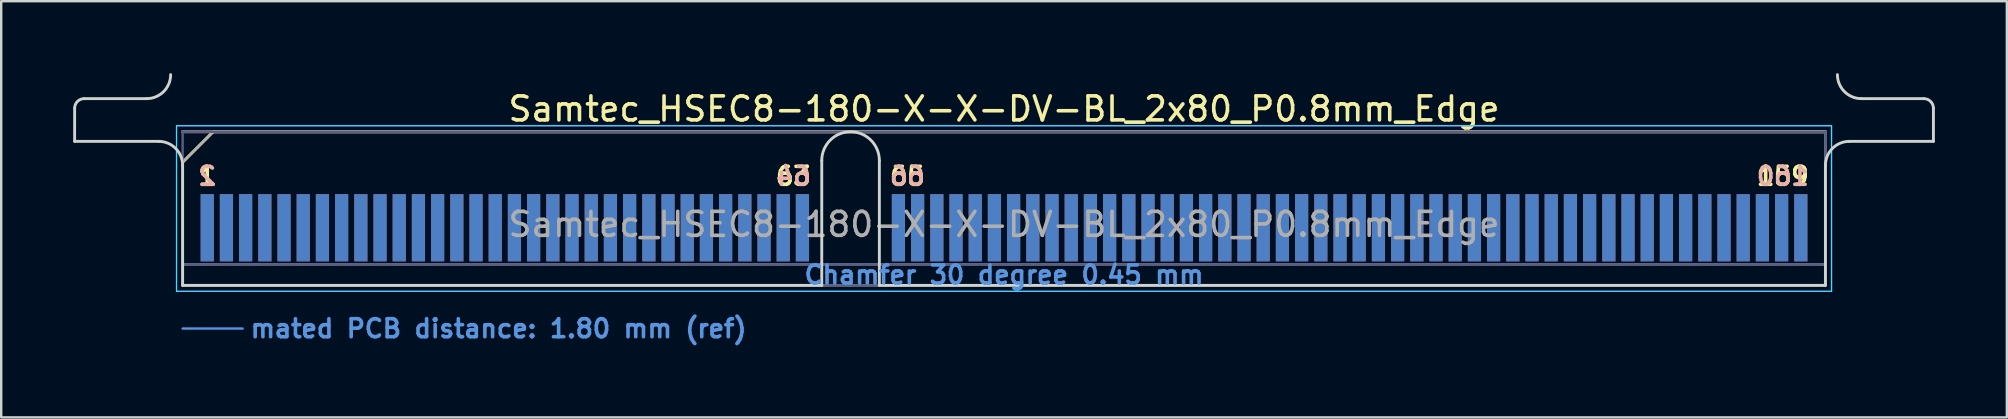
<source format=kicad_pcb>
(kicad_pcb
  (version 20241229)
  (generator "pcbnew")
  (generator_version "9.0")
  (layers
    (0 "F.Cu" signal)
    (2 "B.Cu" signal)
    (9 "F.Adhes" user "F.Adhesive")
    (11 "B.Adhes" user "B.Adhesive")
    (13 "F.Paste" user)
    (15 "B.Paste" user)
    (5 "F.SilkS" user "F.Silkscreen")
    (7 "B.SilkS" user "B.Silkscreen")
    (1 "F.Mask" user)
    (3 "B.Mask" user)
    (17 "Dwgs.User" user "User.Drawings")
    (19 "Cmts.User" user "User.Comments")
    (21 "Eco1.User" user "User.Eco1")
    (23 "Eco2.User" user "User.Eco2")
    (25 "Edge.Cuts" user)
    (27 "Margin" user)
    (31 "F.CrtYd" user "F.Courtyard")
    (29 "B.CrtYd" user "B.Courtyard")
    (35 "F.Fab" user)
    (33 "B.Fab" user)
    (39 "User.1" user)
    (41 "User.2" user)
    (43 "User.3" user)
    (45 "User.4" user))
  (footprint "Samtec_HSEC8-180-X-X-DV-BL_2x80_P0.8mm_Edge"
    (layer "F.Cu")
    (at 38.785 8.84)
    (property "Reference" "Samtec_HSEC8-180-X-X-DV-BL_2x80_P0.8mm_Edge" (at 0 -7.35 0) (layer "F.SilkS") (effects (font (size 1 1) (thickness 0.15))))
    (attr exclude_from_pos_files exclude_from_bom)
    (fp_line (start -34.225 -5.13) (end -32.955 -6.4) (stroke (width 0.12) (type solid)) (layer "F.SilkS"))
    (fp_line (start -32.955 -6.4) (end 34.225 -6.4) (stroke (width 0.12) (type solid)) (layer "F.SilkS"))
    (fp_line (start -34.225 -6.4) (end -34.225 -6.4) (stroke (width 0.12) (type solid)) (layer "B.SilkS"))
    (fp_line (start -34.225 -6.4) (end 34.225 -6.4) (stroke (width 0.12) (type solid)) (layer "B.SilkS"))
    (fp_line (start -34.225 1.8) (end -31.725 1.8) (stroke (width 0.1) (type solid)) (layer "Cmts.User"))
    (fp_line (start -38.725 -6) (end -38.725 -7.38) (stroke (width 0.12) (type solid)) (layer "Edge.Cuts"))
    (fp_line (start -38.325 -7.78) (end -35.725 -7.78) (stroke (width 0.12) (type solid)) (layer "Edge.Cuts"))
    (fp_line (start -35.225 -6) (end -38.725 -6) (stroke (width 0.12) (type solid)) (layer "Edge.Cuts"))
    (fp_line (start -34.225 -5) (end -34.225 0) (stroke (width 0.12) (type solid)) (layer "Edge.Cuts"))
    (fp_line (start -34.225 0) (end -7.595 0) (stroke (width 0.12) (type solid)) (layer "Edge.Cuts"))
    (fp_line (start -7.595 0) (end -7.595 -5.2) (stroke (width 0.12) (type solid)) (layer "Edge.Cuts"))
    (fp_line (start -5.195 -5.2) (end -5.195 0) (stroke (width 0.12) (type solid)) (layer "Edge.Cuts"))
    (fp_line (start -5.195 0) (end 34.225 0) (stroke (width 0.12) (type solid)) (layer "Edge.Cuts"))
    (fp_line (start 34.225 0) (end 34.225 -5) (stroke (width 0.12) (type solid)) (layer "Edge.Cuts"))
    (fp_line (start 35.225 -6) (end 38.725 -6) (stroke (width 0.12) (type solid)) (layer "Edge.Cuts"))
    (fp_line (start 38.325 -7.78) (end 35.725 -7.78) (stroke (width 0.12) (type solid)) (layer "Edge.Cuts"))
    (fp_line (start 38.725 -6) (end 38.725 -7.38) (stroke (width 0.12) (type solid)) (layer "Edge.Cuts"))
    (fp_arc (start -38.725 -7.38) (mid -38.607843 -7.662843) (end -38.325 -7.78) (stroke (width 0.12) (type solid)) (layer "Edge.Cuts"))
    (fp_arc (start -35.225 -6) (mid -34.517893 -5.707107) (end -34.225 -5) (stroke (width 0.12) (type solid)) (layer "Edge.Cuts"))
    (fp_arc (start -34.725 -8.78) (mid -35.017893 -8.072893) (end -35.725 -7.78) (stroke (width 0.12) (type solid)) (layer "Edge.Cuts"))
    (fp_arc (start -7.595 -5.2) (mid -6.395 -6.4) (end -5.195 -5.2) (stroke (width 0.12) (type solid)) (layer "Edge.Cuts"))
    (fp_arc (start 34.225 -5) (mid 34.517893 -5.707107) (end 35.225 -6) (stroke (width 0.12) (type solid)) (layer "Edge.Cuts"))
    (fp_arc (start 35.725 -7.78) (mid 35.017893 -8.072893) (end 34.725 -8.78) (stroke (width 0.12) (type solid)) (layer "Edge.Cuts"))
    (fp_arc (start 38.325 -7.78) (mid 38.607843 -7.662843) (end 38.725 -7.38) (stroke (width 0.12) (type solid)) (layer "Edge.Cuts"))
    (fp_line (start -34.48 -6.65) (end -34.48 0.25) (stroke (width 0.05) (type solid)) (layer "B.CrtYd"))
    (fp_line (start -34.48 0.25) (end 34.48 0.25) (stroke (width 0.05) (type solid)) (layer "B.CrtYd"))
    (fp_line (start 34.48 -6.65) (end -34.48 -6.65) (stroke (width 0.05) (type solid)) (layer "B.CrtYd"))
    (fp_line (start 34.48 0.25) (end 34.48 -6.65) (stroke (width 0.05) (type solid)) (layer "B.CrtYd"))
    (fp_line (start -34.48 -6.65) (end -34.48 0.25) (stroke (width 0.05) (type solid)) (layer "F.CrtYd"))
    (fp_line (start -34.48 0.25) (end 34.48 0.25) (stroke (width 0.05) (type solid)) (layer "F.CrtYd"))
    (fp_line (start 34.48 -6.65) (end -34.48 -6.65) (stroke (width 0.05) (type solid)) (layer "F.CrtYd"))
    (fp_line (start 34.48 0.25) (end 34.48 -6.65) (stroke (width 0.05) (type solid)) (layer "F.CrtYd"))
    (fp_line (start -34.225 -6.4) (end -34.225 -6.4) (stroke (width 0.1) (type solid)) (layer "B.Fab"))
    (fp_line (start -34.225 -6.4) (end -34.225 0) (stroke (width 0.1) (type solid)) (layer "B.Fab"))
    (fp_line (start -34.225 -6.4) (end 34.225 -6.4) (stroke (width 0.1) (type solid)) (layer "B.Fab"))
    (fp_line (start -34.225 -0.88) (end 34.225 -0.88) (stroke (width 0.1) (type solid)) (layer "B.Fab"))
    (fp_line (start -34.225 0) (end 34.225 0) (stroke (width 0.1) (type solid)) (layer "B.Fab"))
    (fp_line (start 34.225 -6.4) (end 34.225 0) (stroke (width 0.1) (type solid)) (layer "B.Fab"))
    (fp_line (start -34.225 -5.13) (end -34.225 0) (stroke (width 0.1) (type solid)) (layer "F.Fab"))
    (fp_line (start -34.225 -5.13) (end -32.955 -6.4) (stroke (width 0.1) (type solid)) (layer "F.Fab"))
    (fp_line (start -34.225 -0.88) (end 34.225 -0.88) (stroke (width 0.1) (type solid)) (layer "F.Fab"))
    (fp_line (start -34.225 0) (end 34.225 0) (stroke (width 0.1) (type solid)) (layer "F.Fab"))
    (fp_line (start -32.955 -6.4) (end 34.225 -6.4) (stroke (width 0.1) (type solid)) (layer "F.Fab"))
    (fp_line (start 34.225 -6.4) (end 34.225 0) (stroke (width 0.1) (type solid)) (layer "F.Fab"))
    (fp_text user "159" (at 32.45 -4.55 0) (layer "F.SilkS") (effects (font (size 0.75 0.75) (thickness 0.15))))
    (fp_text user "1" (at -33.2 -4.55 0) (layer "F.SilkS") (effects (font (size 0.75 0.75) (thickness 0.15))))
    (fp_text user "65" (at -4.025 -4.55 0) (layer "F.SilkS") (effects (font (size 0.75 0.75) (thickness 0.15))))
    (fp_text user "63" (at -8.775 -4.55 0) (layer "F.SilkS") (effects (font (size 0.75 0.75) (thickness 0.15))))
    (fp_text user "160" (at 32.45 -4.55 0) (layer "B.SilkS") (effects (font (size 0.75 0.75) (thickness 0.15)) (justify mirror)))
    (fp_text user "64" (at -8.775 -4.55 0) (layer "B.SilkS") (effects (font (size 0.75 0.75) (thickness 0.15)) (justify mirror)))
    (fp_text user "66" (at -4.025 -4.55 0) (layer "B.SilkS") (effects (font (size 0.75 0.75) (thickness 0.15)) (justify mirror)))
    (fp_text user "2" (at -33.2 -4.55 0) (layer "B.SilkS") (effects (font (size 0.75 0.75) (thickness 0.15)) (justify mirror)))
    (fp_text user "Chamfer 30 degree 0.45 mm" (at 0 -0.44 0) (layer "Cmts.User") (effects (font (size 0.75 0.75) (thickness 0.15))))
    (fp_text user "mated PCB distance: 1.80 mm (ref)" (at -31.48 1.8 0) (layer "Cmts.User") (effects (font (size 0.75 0.75) (thickness 0.15)) (justify left)))
    (fp_text user "${REFERENCE}" (at 0 -2.54 0) (layer "F.Fab") (effects (font (size 1 1) (thickness 0.15))))
    (pad "1" connect rect (at -33.2 -2.4) (size 0.55 2.8) (layers "F.Cu" "F.Mask"))
    (pad "2" connect rect (at -33.2 -2.4) (size 0.55 2.8) (layers "B.Cu" "B.Mask"))
    (pad "3" connect rect (at -32.4 -2.4) (size 0.55 2.8) (layers "F.Cu" "F.Mask"))
    (pad "4" connect rect (at -32.4 -2.4) (size 0.55 2.8) (layers "B.Cu" "B.Mask"))
    (pad "5" connect rect (at -31.6 -2.4) (size 0.55 2.8) (layers "F.Cu" "F.Mask"))
    (pad "6" connect rect (at -31.6 -2.4) (size 0.55 2.8) (layers "B.Cu" "B.Mask"))
    (pad "7" connect rect (at -30.8 -2.4) (size 0.55 2.8) (layers "F.Cu" "F.Mask"))
    (pad "8" connect rect (at -30.8 -2.4) (size 0.55 2.8) (layers "B.Cu" "B.Mask"))
    (pad "9" connect rect (at -30 -2.4) (size 0.55 2.8) (layers "F.Cu" "F.Mask"))
    (pad "10" connect rect (at -30 -2.4) (size 0.55 2.8) (layers "B.Cu" "B.Mask"))
    (pad "11" connect rect (at -29.2 -2.4) (size 0.55 2.8) (layers "F.Cu" "F.Mask"))
    (pad "12" connect rect (at -29.2 -2.4) (size 0.55 2.8) (layers "B.Cu" "B.Mask"))
    (pad "13" connect rect (at -28.4 -2.4) (size 0.55 2.8) (layers "F.Cu" "F.Mask"))
    (pad "14" connect rect (at -28.4 -2.4) (size 0.55 2.8) (layers "B.Cu" "B.Mask"))
    (pad "15" connect rect (at -27.6 -2.4) (size 0.55 2.8) (layers "F.Cu" "F.Mask"))
    (pad "16" connect rect (at -27.6 -2.4) (size 0.55 2.8) (layers "B.Cu" "B.Mask"))
    (pad "17" connect rect (at -26.8 -2.4) (size 0.55 2.8) (layers "F.Cu" "F.Mask"))
    (pad "18" connect rect (at -26.8 -2.4) (size 0.55 2.8) (layers "B.Cu" "B.Mask"))
    (pad "19" connect rect (at -26 -2.4) (size 0.55 2.8) (layers "F.Cu" "F.Mask"))
    (pad "20" connect rect (at -26 -2.4) (size 0.55 2.8) (layers "B.Cu" "B.Mask"))
    (pad "21" connect rect (at -25.2 -2.4) (size 0.55 2.8) (layers "F.Cu" "F.Mask"))
    (pad "22" connect rect (at -25.2 -2.4) (size 0.55 2.8) (layers "B.Cu" "B.Mask"))
    (pad "23" connect rect (at -24.4 -2.4) (size 0.55 2.8) (layers "F.Cu" "F.Mask"))
    (pad "24" connect rect (at -24.4 -2.4) (size 0.55 2.8) (layers "B.Cu" "B.Mask"))
    (pad "25" connect rect (at -23.6 -2.4) (size 0.55 2.8) (layers "F.Cu" "F.Mask"))
    (pad "26" connect rect (at -23.6 -2.4) (size 0.55 2.8) (layers "B.Cu" "B.Mask"))
    (pad "27" connect rect (at -22.8 -2.4) (size 0.55 2.8) (layers "F.Cu" "F.Mask"))
    (pad "28" connect rect (at -22.8 -2.4) (size 0.55 2.8) (layers "B.Cu" "B.Mask"))
    (pad "29" connect rect (at -22 -2.4) (size 0.55 2.8) (layers "F.Cu" "F.Mask"))
    (pad "30" connect rect (at -22 -2.4) (size 0.55 2.8) (layers "B.Cu" "B.Mask"))
    (pad "31" connect rect (at -21.2 -2.4) (size 0.55 2.8) (layers "F.Cu" "F.Mask"))
    (pad "32" connect rect (at -21.2 -2.4) (size 0.55 2.8) (layers "B.Cu" "B.Mask"))
    (pad "33" connect rect (at -20.4 -2.4) (size 0.55 2.8) (layers "F.Cu" "F.Mask"))
    (pad "34" connect rect (at -20.4 -2.4) (size 0.55 2.8) (layers "B.Cu" "B.Mask"))
    (pad "35" connect rect (at -19.6 -2.4) (size 0.55 2.8) (layers "F.Cu" "F.Mask"))
    (pad "36" connect rect (at -19.6 -2.4) (size 0.55 2.8) (layers "B.Cu" "B.Mask"))
    (pad "37" connect rect (at -18.8 -2.4) (size 0.55 2.8) (layers "F.Cu" "F.Mask"))
    (pad "38" connect rect (at -18.8 -2.4) (size 0.55 2.8) (layers "B.Cu" "B.Mask"))
    (pad "39" connect rect (at -18 -2.4) (size 0.55 2.8) (layers "F.Cu" "F.Mask"))
    (pad "40" connect rect (at -18 -2.4) (size 0.55 2.8) (layers "B.Cu" "B.Mask"))
    (pad "41" connect rect (at -17.2 -2.4) (size 0.55 2.8) (layers "F.Cu" "F.Mask"))
    (pad "42" connect rect (at -17.2 -2.4) (size 0.55 2.8) (layers "B.Cu" "B.Mask"))
    (pad "43" connect rect (at -16.4 -2.4) (size 0.55 2.8) (layers "F.Cu" "F.Mask"))
    (pad "44" connect rect (at -16.4 -2.4) (size 0.55 2.8) (layers "B.Cu" "B.Mask"))
    (pad "45" connect rect (at -15.6 -2.4) (size 0.55 2.8) (layers "F.Cu" "F.Mask"))
    (pad "46" connect rect (at -15.6 -2.4) (size 0.55 2.8) (layers "B.Cu" "B.Mask"))
    (pad "47" connect rect (at -14.8 -2.4) (size 0.55 2.8) (layers "F.Cu" "F.Mask"))
    (pad "48" connect rect (at -14.8 -2.4) (size 0.55 2.8) (layers "B.Cu" "B.Mask"))
    (pad "49" connect rect (at -14 -2.4) (size 0.55 2.8) (layers "F.Cu" "F.Mask"))
    (pad "50" connect rect (at -14 -2.4) (size 0.55 2.8) (layers "B.Cu" "B.Mask"))
    (pad "51" connect rect (at -13.2 -2.4) (size 0.55 2.8) (layers "F.Cu" "F.Mask"))
    (pad "52" connect rect (at -13.2 -2.4) (size 0.55 2.8) (layers "B.Cu" "B.Mask"))
    (pad "53" connect rect (at -12.4 -2.4) (size 0.55 2.8) (layers "F.Cu" "F.Mask"))
    (pad "54" connect rect (at -12.4 -2.4) (size 0.55 2.8) (layers "B.Cu" "B.Mask"))
    (pad "55" connect rect (at -11.6 -2.4) (size 0.55 2.8) (layers "F.Cu" "F.Mask"))
    (pad "56" connect rect (at -11.6 -2.4) (size 0.55 2.8) (layers "B.Cu" "B.Mask"))
    (pad "57" connect rect (at -10.8 -2.4) (size 0.55 2.8) (layers "F.Cu" "F.Mask"))
    (pad "58" connect rect (at -10.8 -2.4) (size 0.55 2.8) (layers "B.Cu" "B.Mask"))
    (pad "59" connect rect (at -10 -2.4) (size 0.55 2.8) (layers "F.Cu" "F.Mask"))
    (pad "60" connect rect (at -10 -2.4) (size 0.55 2.8) (layers "B.Cu" "B.Mask"))
    (pad "61" connect rect (at -9.2 -2.4) (size 0.55 2.8) (layers "F.Cu" "F.Mask"))
    (pad "62" connect rect (at -9.2 -2.4) (size 0.55 2.8) (layers "B.Cu" "B.Mask"))
    (pad "63" connect rect (at -8.4 -2.4) (size 0.55 2.8) (layers "F.Cu" "F.Mask"))
    (pad "64" connect rect (at -8.4 -2.4) (size 0.55 2.8) (layers "B.Cu" "B.Mask"))
    (pad "65" connect rect (at -4.4 -2.4) (size 0.55 2.8) (layers "F.Cu" "F.Mask"))
    (pad "66" connect rect (at -4.4 -2.4) (size 0.55 2.8) (layers "B.Cu" "B.Mask"))
    (pad "67" connect rect (at -3.6 -2.4) (size 0.55 2.8) (layers "F.Cu" "F.Mask"))
    (pad "68" connect rect (at -3.6 -2.4) (size 0.55 2.8) (layers "B.Cu" "B.Mask"))
    (pad "69" connect rect (at -2.8 -2.4) (size 0.55 2.8) (layers "F.Cu" "F.Mask"))
    (pad "70" connect rect (at -2.8 -2.4) (size 0.55 2.8) (layers "B.Cu" "B.Mask"))
    (pad "71" connect rect (at -2 -2.4) (size 0.55 2.8) (layers "F.Cu" "F.Mask"))
    (pad "72" connect rect (at -2 -2.4) (size 0.55 2.8) (layers "B.Cu" "B.Mask"))
    (pad "73" connect rect (at -1.2 -2.4) (size 0.55 2.8) (layers "F.Cu" "F.Mask"))
    (pad "74" connect rect (at -1.2 -2.4) (size 0.55 2.8) (layers "B.Cu" "B.Mask"))
    (pad "75" connect rect (at -0.4 -2.4) (size 0.55 2.8) (layers "F.Cu" "F.Mask"))
    (pad "76" connect rect (at -0.4 -2.4) (size 0.55 2.8) (layers "B.Cu" "B.Mask"))
    (pad "77" connect rect (at 0.4 -2.4) (size 0.55 2.8) (layers "F.Cu" "F.Mask"))
    (pad "78" connect rect (at 0.4 -2.4) (size 0.55 2.8) (layers "B.Cu" "B.Mask"))
    (pad "79" connect rect (at 1.2 -2.4) (size 0.55 2.8) (layers "F.Cu" "F.Mask"))
    (pad "80" connect rect (at 1.2 -2.4) (size 0.55 2.8) (layers "B.Cu" "B.Mask"))
    (pad "81" connect rect (at 2 -2.4) (size 0.55 2.8) (layers "F.Cu" "F.Mask"))
    (pad "82" connect rect (at 2 -2.4) (size 0.55 2.8) (layers "B.Cu" "B.Mask"))
    (pad "83" connect rect (at 2.8 -2.4) (size 0.55 2.8) (layers "F.Cu" "F.Mask"))
    (pad "84" connect rect (at 2.8 -2.4) (size 0.55 2.8) (layers "B.Cu" "B.Mask"))
    (pad "85" connect rect (at 3.6 -2.4) (size 0.55 2.8) (layers "F.Cu" "F.Mask"))
    (pad "86" connect rect (at 3.6 -2.4) (size 0.55 2.8) (layers "B.Cu" "B.Mask"))
    (pad "87" connect rect (at 4.4 -2.4) (size 0.55 2.8) (layers "F.Cu" "F.Mask"))
    (pad "88" connect rect (at 4.4 -2.4) (size 0.55 2.8) (layers "B.Cu" "B.Mask"))
    (pad "89" connect rect (at 5.2 -2.4) (size 0.55 2.8) (layers "F.Cu" "F.Mask"))
    (pad "90" connect rect (at 5.2 -2.4) (size 0.55 2.8) (layers "B.Cu" "B.Mask"))
    (pad "91" connect rect (at 6 -2.4) (size 0.55 2.8) (layers "F.Cu" "F.Mask"))
    (pad "92" connect rect (at 6 -2.4) (size 0.55 2.8) (layers "B.Cu" "B.Mask"))
    (pad "93" connect rect (at 6.8 -2.4) (size 0.55 2.8) (layers "F.Cu" "F.Mask"))
    (pad "94" connect rect (at 6.8 -2.4) (size 0.55 2.8) (layers "B.Cu" "B.Mask"))
    (pad "95" connect rect (at 7.6 -2.4) (size 0.55 2.8) (layers "F.Cu" "F.Mask"))
    (pad "96" connect rect (at 7.6 -2.4) (size 0.55 2.8) (layers "B.Cu" "B.Mask"))
    (pad "97" connect rect (at 8.4 -2.4) (size 0.55 2.8) (layers "F.Cu" "F.Mask"))
    (pad "98" connect rect (at 8.4 -2.4) (size 0.55 2.8) (layers "B.Cu" "B.Mask"))
    (pad "99" connect rect (at 9.2 -2.4) (size 0.55 2.8) (layers "F.Cu" "F.Mask"))
    (pad "100" connect rect (at 9.2 -2.4) (size 0.55 2.8) (layers "B.Cu" "B.Mask"))
    (pad "101" connect rect (at 10 -2.4) (size 0.55 2.8) (layers "F.Cu" "F.Mask"))
    (pad "102" connect rect (at 10 -2.4) (size 0.55 2.8) (layers "B.Cu" "B.Mask"))
    (pad "103" connect rect (at 10.8 -2.4) (size 0.55 2.8) (layers "F.Cu" "F.Mask"))
    (pad "104" connect rect (at 10.8 -2.4) (size 0.55 2.8) (layers "B.Cu" "B.Mask"))
    (pad "105" connect rect (at 11.6 -2.4) (size 0.55 2.8) (layers "F.Cu" "F.Mask"))
    (pad "106" connect rect (at 11.6 -2.4) (size 0.55 2.8) (layers "B.Cu" "B.Mask"))
    (pad "107" connect rect (at 12.4 -2.4) (size 0.55 2.8) (layers "F.Cu" "F.Mask"))
    (pad "108" connect rect (at 12.4 -2.4) (size 0.55 2.8) (layers "B.Cu" "B.Mask"))
    (pad "109" connect rect (at 13.2 -2.4) (size 0.55 2.8) (layers "F.Cu" "F.Mask"))
    (pad "110" connect rect (at 13.2 -2.4) (size 0.55 2.8) (layers "B.Cu" "B.Mask"))
    (pad "111" connect rect (at 14 -2.4) (size 0.55 2.8) (layers "F.Cu" "F.Mask"))
    (pad "112" connect rect (at 14 -2.4) (size 0.55 2.8) (layers "B.Cu" "B.Mask"))
    (pad "113" connect rect (at 14.8 -2.4) (size 0.55 2.8) (layers "F.Cu" "F.Mask"))
    (pad "114" connect rect (at 14.8 -2.4) (size 0.55 2.8) (layers "B.Cu" "B.Mask"))
    (pad "115" connect rect (at 15.6 -2.4) (size 0.55 2.8) (layers "F.Cu" "F.Mask"))
    (pad "116" connect rect (at 15.6 -2.4) (size 0.55 2.8) (layers "B.Cu" "B.Mask"))
    (pad "117" connect rect (at 16.4 -2.4) (size 0.55 2.8) (layers "F.Cu" "F.Mask"))
    (pad "118" connect rect (at 16.4 -2.4) (size 0.55 2.8) (layers "B.Cu" "B.Mask"))
    (pad "119" connect rect (at 17.2 -2.4) (size 0.55 2.8) (layers "F.Cu" "F.Mask"))
    (pad "120" connect rect (at 17.2 -2.4) (size 0.55 2.8) (layers "B.Cu" "B.Mask"))
    (pad "121" connect rect (at 18 -2.4) (size 0.55 2.8) (layers "F.Cu" "F.Mask"))
    (pad "122" connect rect (at 18 -2.4) (size 0.55 2.8) (layers "B.Cu" "B.Mask"))
    (pad "123" connect rect (at 18.8 -2.4) (size 0.55 2.8) (layers "F.Cu" "F.Mask"))
    (pad "124" connect rect (at 18.8 -2.4) (size 0.55 2.8) (layers "B.Cu" "B.Mask"))
    (pad "125" connect rect (at 19.6 -2.4) (size 0.55 2.8) (layers "F.Cu" "F.Mask"))
    (pad "126" connect rect (at 19.6 -2.4) (size 0.55 2.8) (layers "B.Cu" "B.Mask"))
    (pad "127" connect rect (at 20.4 -2.4) (size 0.55 2.8) (layers "F.Cu" "F.Mask"))
    (pad "128" connect rect (at 20.4 -2.4) (size 0.55 2.8) (layers "B.Cu" "B.Mask"))
    (pad "129" connect rect (at 21.2 -2.4) (size 0.55 2.8) (layers "F.Cu" "F.Mask"))
    (pad "130" connect rect (at 21.2 -2.4) (size 0.55 2.8) (layers "B.Cu" "B.Mask"))
    (pad "131" connect rect (at 22 -2.4) (size 0.55 2.8) (layers "F.Cu" "F.Mask"))
    (pad "132" connect rect (at 22 -2.4) (size 0.55 2.8) (layers "B.Cu" "B.Mask"))
    (pad "133" connect rect (at 22.8 -2.4) (size 0.55 2.8) (layers "F.Cu" "F.Mask"))
    (pad "134" connect rect (at 22.8 -2.4) (size 0.55 2.8) (layers "B.Cu" "B.Mask"))
    (pad "135" connect rect (at 23.6 -2.4) (size 0.55 2.8) (layers "F.Cu" "F.Mask"))
    (pad "136" connect rect (at 23.6 -2.4) (size 0.55 2.8) (layers "B.Cu" "B.Mask"))
    (pad "137" connect rect (at 24.4 -2.4) (size 0.55 2.8) (layers "F.Cu" "F.Mask"))
    (pad "138" connect rect (at 24.4 -2.4) (size 0.55 2.8) (layers "B.Cu" "B.Mask"))
    (pad "139" connect rect (at 25.2 -2.4) (size 0.55 2.8) (layers "F.Cu" "F.Mask"))
    (pad "140" connect rect (at 25.2 -2.4) (size 0.55 2.8) (layers "B.Cu" "B.Mask"))
    (pad "141" connect rect (at 26 -2.4) (size 0.55 2.8) (layers "F.Cu" "F.Mask"))
    (pad "142" connect rect (at 26 -2.4) (size 0.55 2.8) (layers "B.Cu" "B.Mask"))
    (pad "143" connect rect (at 26.8 -2.4) (size 0.55 2.8) (layers "F.Cu" "F.Mask"))
    (pad "144" connect rect (at 26.8 -2.4) (size 0.55 2.8) (layers "B.Cu" "B.Mask"))
    (pad "145" connect rect (at 27.6 -2.4) (size 0.55 2.8) (layers "F.Cu" "F.Mask"))
    (pad "146" connect rect (at 27.6 -2.4) (size 0.55 2.8) (layers "B.Cu" "B.Mask"))
    (pad "147" connect rect (at 28.4 -2.4) (size 0.55 2.8) (layers "F.Cu" "F.Mask"))
    (pad "148" connect rect (at 28.4 -2.4) (size 0.55 2.8) (layers "B.Cu" "B.Mask"))
    (pad "149" connect rect (at 29.2 -2.4) (size 0.55 2.8) (layers "F.Cu" "F.Mask"))
    (pad "150" connect rect (at 29.2 -2.4) (size 0.55 2.8) (layers "B.Cu" "B.Mask"))
    (pad "151" connect rect (at 30 -2.4) (size 0.55 2.8) (layers "F.Cu" "F.Mask"))
    (pad "152" connect rect (at 30 -2.4) (size 0.55 2.8) (layers "B.Cu" "B.Mask"))
    (pad "153" connect rect (at 30.8 -2.4) (size 0.55 2.8) (layers "F.Cu" "F.Mask"))
    (pad "154" connect rect (at 30.8 -2.4) (size 0.55 2.8) (layers "B.Cu" "B.Mask"))
    (pad "155" connect rect (at 31.6 -2.4) (size 0.55 2.8) (layers "F.Cu" "F.Mask"))
    (pad "156" connect rect (at 31.6 -2.4) (size 0.55 2.8) (layers "B.Cu" "B.Mask"))
    (pad "157" connect rect (at 32.4 -2.4) (size 0.55 2.8) (layers "F.Cu" "F.Mask"))
    (pad "158" connect rect (at 32.4 -2.4) (size 0.55 2.8) (layers "B.Cu" "B.Mask"))
    (pad "159" connect rect (at 33.2 -2.4) (size 0.55 2.8) (layers "F.Cu" "F.Mask"))
    (pad "160" connect rect (at 33.2 -2.4) (size 0.55 2.8) (layers "B.Cu" "B.Mask")))
  (gr_rect
    (start -3 -3)
    (end 80.57 14.342)
    (stroke (width 0.1) (type default))
    (fill no)
    (layer "Edge.Cuts")))
</source>
